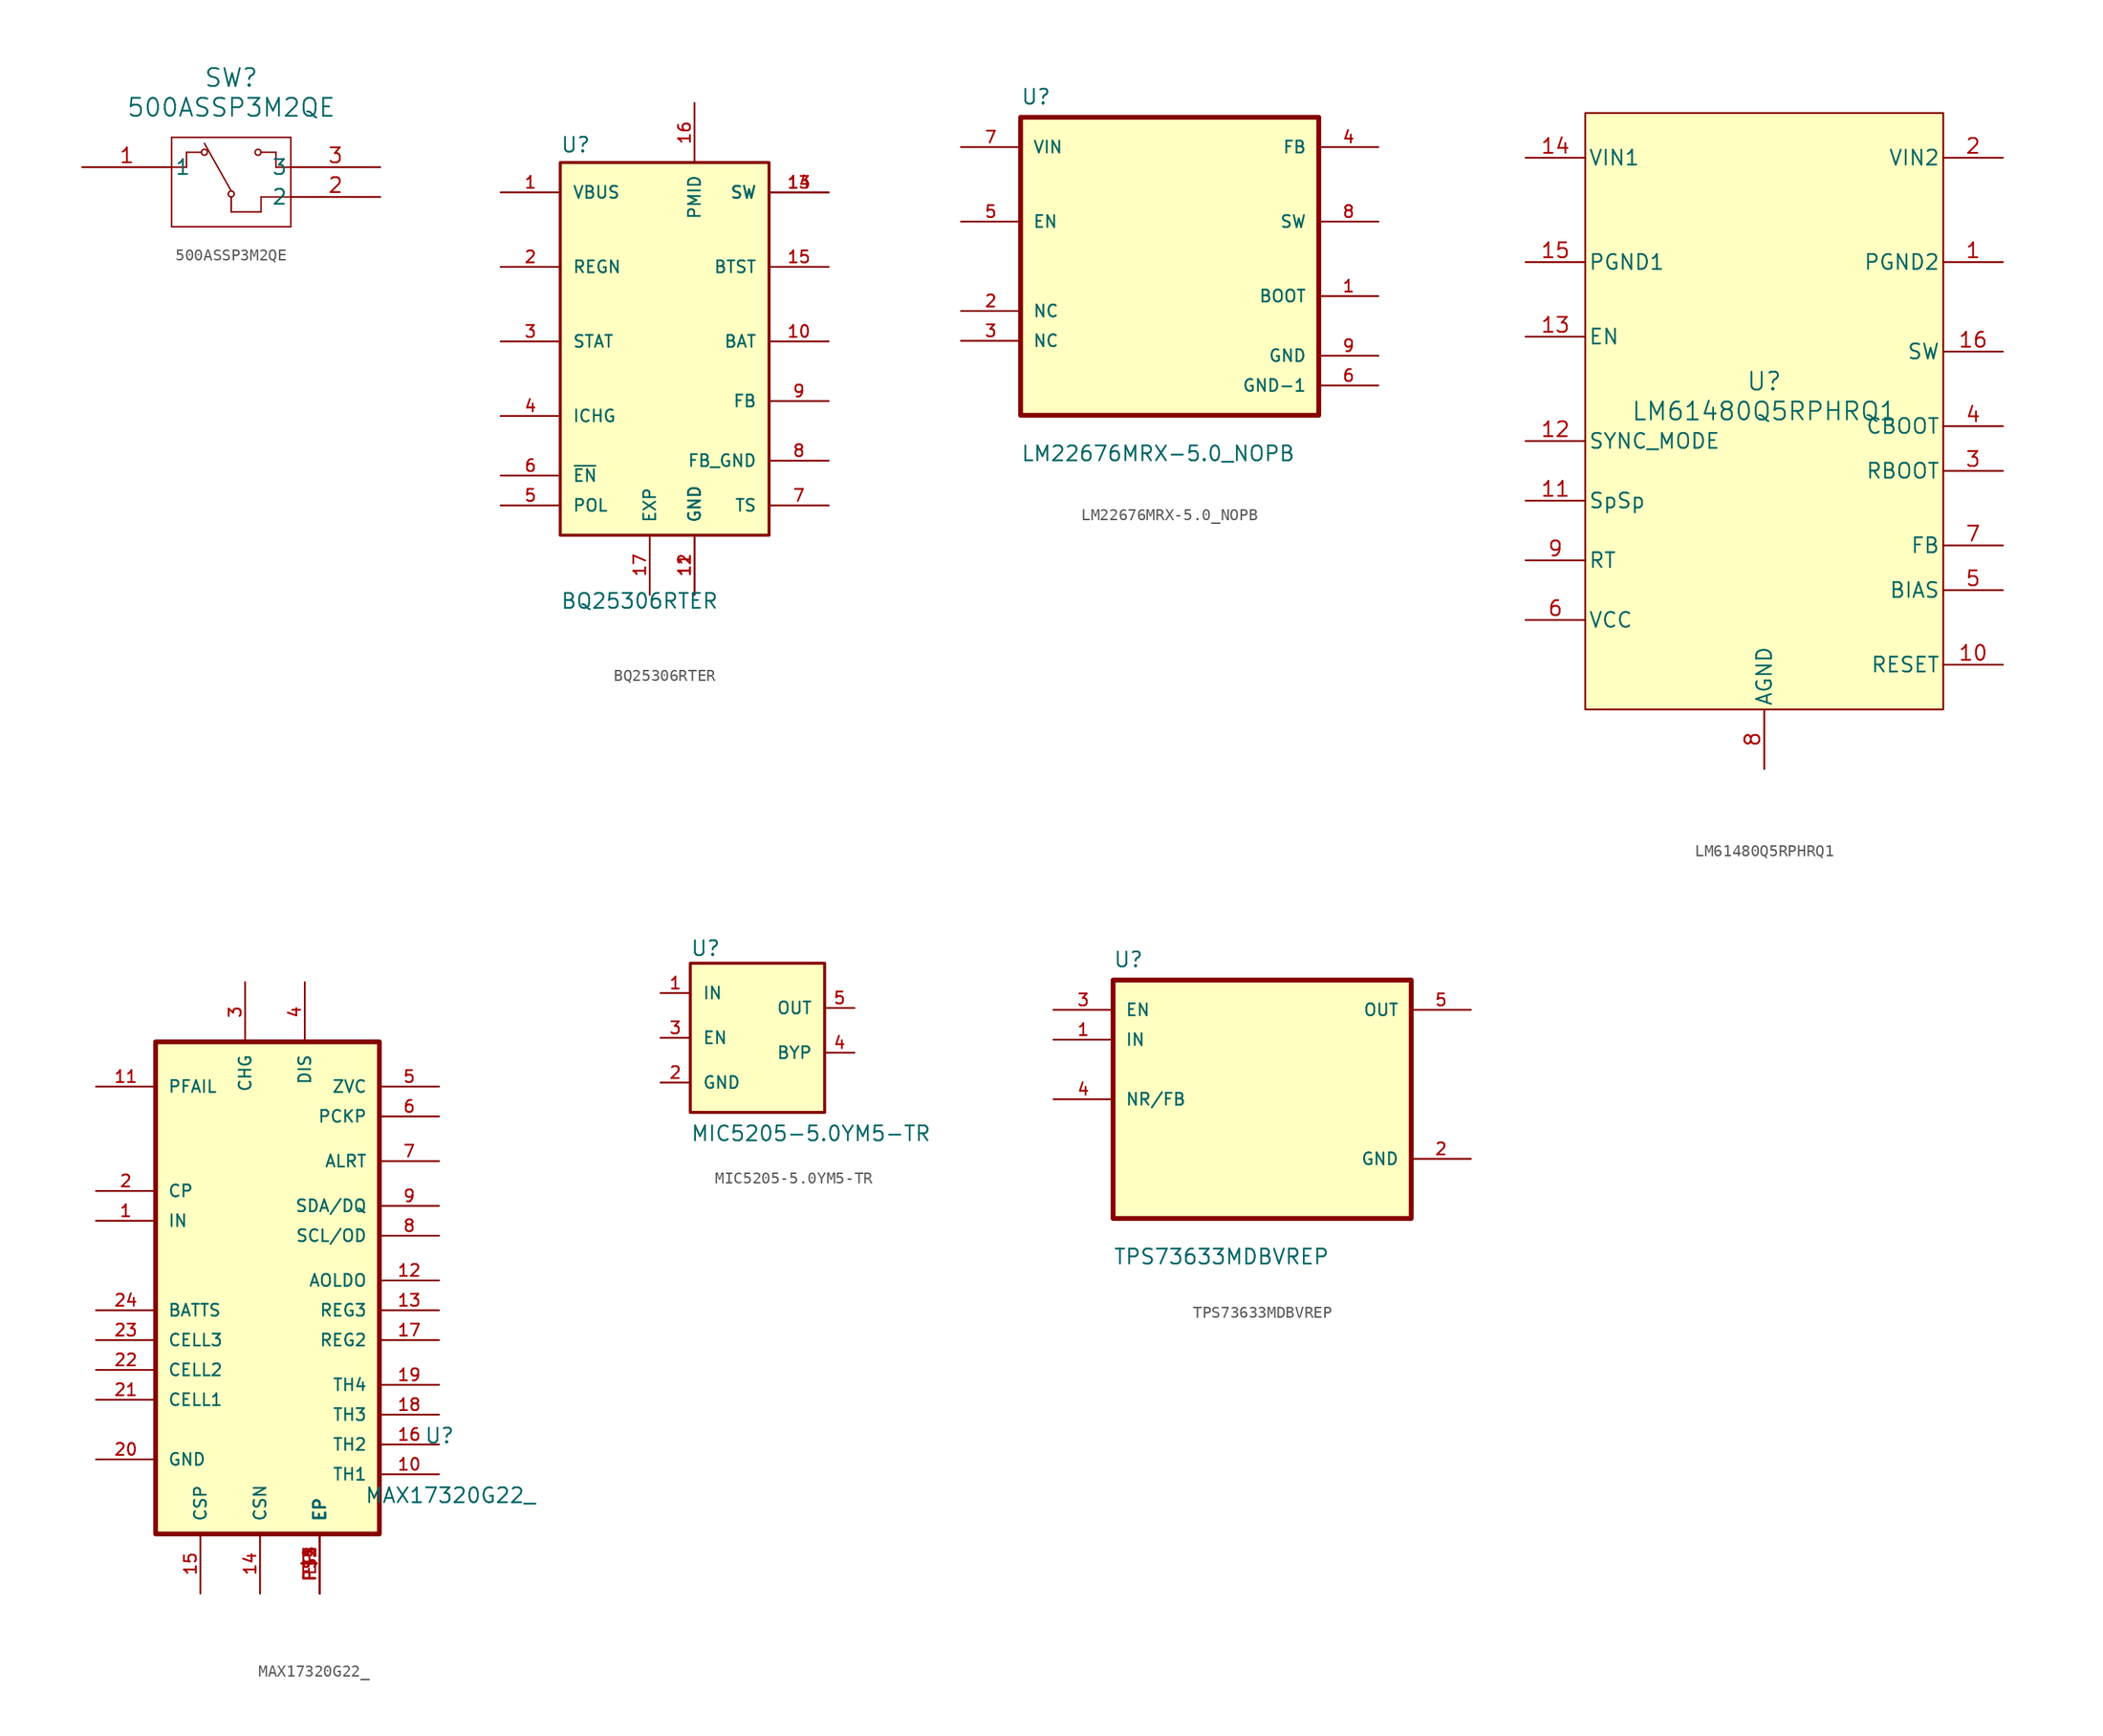
<source format=kicad_sym>
(kicad_symbol_lib
  (version 20220914)
  (generator kicad_symbol_editor)
  (symbol "500ASSP3M2QE"
    (pin_names
      (offset 0.254))
    (property "Reference" "SW"
      (at 12.7 7.62 0)
      (effects (font (size 1.524 1.524))))
    (property "Value" "500ASSP3M2QE"
      (at 12.7 5.08 0)
      (effects (font (size 1.524 1.524))))
    (property "ki_locked" ""
      (at 0 0 0)
      (effects (font (size 1.27 1.27))))
    (symbol "500ASSP3M2QE_0_1"
      (polyline (pts (xy 7.62 -5.08) (xy 17.78 -5.08)) (stroke (width 0.127) (type default)) (fill (type none)))
      (polyline (pts (xy 7.62 0) (xy 8.89 0)) (stroke (width 0.127) (type default)) (fill (type none)))
      (polyline (pts (xy 7.62 2.54) (xy 7.62 -5.08)) (stroke (width 0.127) (type default)) (fill (type none)))
      (polyline (pts (xy 8.89 0) (xy 8.89 1.27)) (stroke (width 0.127) (type default)) (fill (type none)))
      (polyline (pts (xy 8.89 1.27) (xy 10.16 1.27)) (stroke (width 0.127) (type default)) (fill (type none)))
      (polyline (pts (xy 12.7 -3.81) (xy 12.7 -2.54)) (stroke (width 0.127) (type default)) (fill (type none)))
      (polyline (pts (xy 12.7 -2.032) (xy 10.414 2.032)) (stroke (width 0.127) (type default)) (fill (type none)))
      (polyline (pts (xy 15.24 -3.81) (xy 12.7 -3.81)) (stroke (width 0.127) (type default)) (fill (type none)))
      (polyline (pts (xy 15.24 -2.54) (xy 15.24 -3.81)) (stroke (width 0.127) (type default)) (fill (type none)))
      (polyline (pts (xy 15.24 1.27) (xy 16.51 1.27)) (stroke (width 0.127) (type default)) (fill (type none)))
      (polyline (pts (xy 16.51 0) (xy 17.78 0)) (stroke (width 0.127) (type default)) (fill (type none)))
      (polyline (pts (xy 16.51 1.27) (xy 16.51 0)) (stroke (width 0.127) (type default)) (fill (type none)))
      (polyline (pts (xy 17.78 -5.08) (xy 17.78 2.54)) (stroke (width 0.127) (type default)) (fill (type none)))
      (polyline (pts (xy 17.78 -2.54) (xy 15.24 -2.54)) (stroke (width 0.127) (type default)) (fill (type none)))
      (polyline (pts (xy 17.78 2.54) (xy 7.62 2.54)) (stroke (width 0.127) (type default)) (fill (type none)))
      (circle (center 10.414 1.27) (radius 0.254) (stroke (width 0.127) (type default)) (fill (type none)))
      (circle (center 12.7 -2.286) (radius 0.254) (stroke (width 0.127) (type default)) (fill (type none)))
      (circle (center 14.986 1.27) (radius 0.254) (stroke (width 0.127) (type default)) (fill (type none)))
      (pin unspecified line (at 0 0 0) (length 7.62) (name "1" (effects (font (size 1.27 1.27)))) (number "1" (effects (font (size 1.27 1.27)))))
      (pin unspecified line (at 25.4 -2.54 180) (length 7.62) (name "2" (effects (font (size 1.27 1.27)))) (number "2" (effects (font (size 1.27 1.27)))))
      (pin unspecified line (at 25.4 0 180) (length 7.62) (name "3" (effects (font (size 1.27 1.27)))) (number "3" (effects (font (size 1.27 1.27)))))))
  (symbol "BQ25306RTER"
    (pin_names
      (offset 1.016))
    (property "Reference" "U"
      (at -10.16 18.542 0)
      (effects (font (size 1.27 1.27)) (justify left bottom)))
    (property "Value" "BQ25306RTER"
      (at -10.16 -20.32 0)
      (effects (font (size 1.27 1.27)) (justify left bottom)))
    (symbol "BQ25306RTER_0_0"
      (rectangle (start -10.16 17.78) (end 7.62 -13.97) (stroke (width 0.254) (type default)) (fill (type background)))
      (pin power_in line (at -15.24 15.24 0) (length 5.08) (name "VBUS" (effects (font (size 1.016 1.016)))) (number "1" (effects (font (size 1.016 1.016)))))
      (pin input line (at 12.7 2.54 180) (length 5.08) (name "BAT" (effects (font (size 1.016 1.016)))) (number "10" (effects (font (size 1.016 1.016)))))
      (pin power_in line (at 1.27 -19.05 90) (length 5.08) (name "GND" (effects (font (size 1.016 1.016)))) (number "11" (effects (font (size 1.016 1.016)))))
      (pin power_in line (at 1.27 -19.05 90) (length 5.08) (name "GND" (effects (font (size 1.016 1.016)))) (number "12" (effects (font (size 1.016 1.016)))))
      (pin output line (at 12.7 15.24 180) (length 5.08) (name "SW" (effects (font (size 1.016 1.016)))) (number "13" (effects (font (size 1.016 1.016)))))
      (pin output line (at 12.7 15.24 180) (length 5.08) (name "SW" (effects (font (size 1.016 1.016)))) (number "14" (effects (font (size 1.016 1.016)))))
      (pin output line (at 12.7 8.89 180) (length 5.08) (name "BTST" (effects (font (size 1.016 1.016)))) (number "15" (effects (font (size 1.016 1.016)))))
      (pin output line (at 1.27 22.86 270) (length 5.08) (name "PMID" (effects (font (size 1.016 1.016)))) (number "16" (effects (font (size 1.016 1.016)))))
      (pin power_in line (at -2.54 -19.05 90) (length 5.08) (name "EXP" (effects (font (size 1.016 1.016)))) (number "17" (effects (font (size 1.016 1.016)))))
      (pin output line (at -15.24 8.89 0) (length 5.08) (name "REGN" (effects (font (size 1.016 1.016)))) (number "2" (effects (font (size 1.016 1.016)))))
      (pin output line (at -15.24 2.54 0) (length 5.08) (name "STAT" (effects (font (size 1.016 1.016)))) (number "3" (effects (font (size 1.016 1.016)))))
      (pin input line (at -15.24 -3.81 0) (length 5.08) (name "ICHG" (effects (font (size 1.016 1.016)))) (number "4" (effects (font (size 1.016 1.016)))))
      (pin input line (at -15.24 -11.43 0) (length 5.08) (name "POL" (effects (font (size 1.016 1.016)))) (number "5" (effects (font (size 1.016 1.016)))))
      (pin input line (at -15.24 -8.89 0) (length 5.08) (name "~{EN}" (effects (font (size 1.016 1.016)))) (number "6" (effects (font (size 1.016 1.016)))))
      (pin input line (at 12.7 -11.43 180) (length 5.08) (name "TS" (effects (font (size 1.016 1.016)))) (number "7" (effects (font (size 1.016 1.016)))))
      (pin power_in line (at 12.7 -7.62 180) (length 5.08) (name "FB_GND" (effects (font (size 1.016 1.016)))) (number "8" (effects (font (size 1.016 1.016)))))
      (pin input line (at 12.7 -2.54 180) (length 5.08) (name "FB" (effects (font (size 1.016 1.016)))) (number "9" (effects (font (size 1.016 1.016)))))))
  (symbol "LM22676MRX-5.0_NOPB"
    (pin_names
      (offset 1.016))
    (property "Reference" "U"
      (at -12.7 13.7 0)
      (effects (font (size 1.27 1.27)) (justify left bottom)))
    (property "Value" "LM22676MRX-5.0_NOPB"
      (at -12.7 -16.7 0)
      (effects (font (size 1.27 1.27)) (justify left bottom)))
    (symbol "LM22676MRX-5.0_NOPB_0_0"
      (rectangle (start -12.7 12.7) (end 12.7 -12.7) (stroke (width 0.41) (type default)) (fill (type background)))
      (pin input line (at 17.78 -2.54 180) (length 5.08) (name "BOOT" (effects (font (size 1.016 1.016)))) (number "1" (effects (font (size 1.016 1.016)))))
      (pin input line (at 17.78 10.16 180) (length 5.08) (name "FB" (effects (font (size 1.016 1.016)))) (number "4" (effects (font (size 1.016 1.016)))))
      (pin input line (at -17.78 3.81 0) (length 5.08) (name "EN" (effects (font (size 1.016 1.016)))) (number "5" (effects (font (size 1.016 1.016)))))
      (pin power_in line (at 17.78 -10.16 180) (length 5.08) (name "GND-1" (effects (font (size 1.016 1.016)))) (number "6" (effects (font (size 1.016 1.016)))))
      (pin input line (at -17.78 10.16 0) (length 5.08) (name "VIN" (effects (font (size 1.016 1.016)))) (number "7" (effects (font (size 1.016 1.016)))))
      (pin power_in line (at 17.78 3.81 180) (length 5.08) (name "SW" (effects (font (size 1.016 1.016)))) (number "8" (effects (font (size 1.016 1.016)))))
      (pin power_in line (at 17.78 -7.62 180) (length 5.08) (name "GND" (effects (font (size 1.016 1.016)))) (number "9" (effects (font (size 1.016 1.016))))))
    (symbol "LM22676MRX-5.0_NOPB_1_0"
      (pin input line (at -17.78 -3.81 0) (length 5.08) (name "NC" (effects (font (size 1.016 1.016)))) (number "2" (effects (font (size 1.016 1.016)))))
      (pin input line (at -17.78 -6.35 0) (length 5.08) (name "NC" (effects (font (size 1.016 1.016)))) (number "3" (effects (font (size 1.016 1.016)))))))
  (symbol "LM61480Q5RPHRQ1"
    (pin_names
      (offset 0.254))
    (property "Reference" "U"
      (at 0 2.54 0)
      (effects (font (size 1.524 1.524))))
    (property "Value" "LM61480Q5RPHRQ1"
      (at 0 0 0)
      (effects (font (size 1.524 1.524))))
    (symbol "LM61480Q5RPHRQ1_0_1"
      (pin input line (at 20.32 -21.59 180) (length 5.08) (name "RESET" (effects (font (size 1.27 1.27)))) (number "10" (effects (font (size 1.27 1.27)))))
      (pin unspecified line (at -20.32 -7.62 0) (length 5.08) (name "SpSp" (effects (font (size 1.27 1.27)))) (number "11" (effects (font (size 1.27 1.27)))))
      (pin input line (at -20.32 -2.54 0) (length 5.08) (name "SYNC_MODE" (effects (font (size 1.27 1.27)))) (number "12" (effects (font (size 1.27 1.27)))))
      (pin input line (at -20.32 6.35 0) (length 5.08) (name "EN" (effects (font (size 1.27 1.27)))) (number "13" (effects (font (size 1.27 1.27)))))
      (pin power_in line (at 20.32 5.08 180) (length 5.08) (name "SW" (effects (font (size 1.27 1.27)))) (number "16" (effects (font (size 1.27 1.27)))))
      (pin unspecified line (at 20.32 -5.08 180) (length 5.08) (name "RBOOT" (effects (font (size 1.27 1.27)))) (number "3" (effects (font (size 1.27 1.27)))))
      (pin unspecified line (at 20.32 -1.27 180) (length 5.08) (name "CBOOT" (effects (font (size 1.27 1.27)))) (number "4" (effects (font (size 1.27 1.27)))))
      (pin unspecified line (at 20.32 -15.24 180) (length 5.08) (name "BIAS" (effects (font (size 1.27 1.27)))) (number "5" (effects (font (size 1.27 1.27)))))
      (pin power_in line (at -20.32 -17.78 0) (length 5.08) (name "VCC" (effects (font (size 1.27 1.27)))) (number "6" (effects (font (size 1.27 1.27)))))
      (pin input line (at 20.32 -11.43 180) (length 5.08) (name "FB" (effects (font (size 1.27 1.27)))) (number "7" (effects (font (size 1.27 1.27)))))
      (pin power_in line (at 0 -30.48 90) (length 5.08) (name "AGND" (effects (font (size 1.27 1.27)))) (number "8" (effects (font (size 1.27 1.27)))))
      (pin unspecified line (at -20.32 -12.7 0) (length 5.08) (name "RT" (effects (font (size 1.27 1.27)))) (number "9" (effects (font (size 1.27 1.27))))))
    (symbol "LM61480Q5RPHRQ1_1_1"
      (rectangle (start -15.24 25.4) (end 15.24 -25.4) (stroke (width 0) (type default)) (fill (type background)))
      (pin power_in line (at 20.32 12.7 180) (length 5.08) (name "PGND2" (effects (font (size 1.27 1.27)))) (number "1" (effects (font (size 1.27 1.27)))))
      (pin power_in line (at -20.32 21.59 0) (length 5.08) (name "VIN1" (effects (font (size 1.27 1.27)))) (number "14" (effects (font (size 1.27 1.27)))))
      (pin power_in line (at -20.32 12.7 0) (length 5.08) (name "PGND1" (effects (font (size 1.27 1.27)))) (number "15" (effects (font (size 1.27 1.27)))))
      (pin power_in line (at 20.32 21.59 180) (length 5.08) (name "VIN2" (effects (font (size 1.27 1.27)))) (number "2" (effects (font (size 1.27 1.27)))))))
  (symbol "MAX17320G22_"
    (pin_names
      (offset 1.016))
    (property "Reference" "U"
      (at -5.08 8.89 0)
      (effects (font (size 1.27 1.27)) (justify left bottom)))
    (property "Value" "MAX17320G22_"
      (at -10.16 3.81 0)
      (effects (font (size 1.27 1.27)) (justify left bottom)))
    (symbol "MAX17320G22__0_0"
      (rectangle (start -27.94 43.18) (end -8.89 1.27) (stroke (width 0.406) (type default)) (fill (type background)))
      (pin bidirectional line (at -33.02 27.94 0) (length 5.08) (name "IN" (effects (font (size 1.016 1.016)))) (number "1" (effects (font (size 1.016 1.016)))))
      (pin bidirectional line (at -3.81 6.35 180) (length 5.08) (name "TH1" (effects (font (size 1.016 1.016)))) (number "10" (effects (font (size 1.016 1.016)))))
      (pin bidirectional line (at -33.02 39.37 0) (length 5.08) (name "PFAIL" (effects (font (size 1.016 1.016)))) (number "11" (effects (font (size 1.016 1.016)))))
      (pin bidirectional line (at -3.81 22.86 180) (length 5.08) (name "AOLDO" (effects (font (size 1.016 1.016)))) (number "12" (effects (font (size 1.016 1.016)))))
      (pin bidirectional line (at -3.81 20.32 180) (length 5.08) (name "REG3" (effects (font (size 1.016 1.016)))) (number "13" (effects (font (size 1.016 1.016)))))
      (pin bidirectional line (at -19.05 -3.81 90) (length 5.08) (name "CSN" (effects (font (size 1.016 1.016)))) (number "14" (effects (font (size 1.016 1.016)))))
      (pin bidirectional line (at -24.13 -3.81 90) (length 5.08) (name "CSP" (effects (font (size 1.016 1.016)))) (number "15" (effects (font (size 1.016 1.016)))))
      (pin bidirectional line (at -3.81 8.89 180) (length 5.08) (name "TH2" (effects (font (size 1.016 1.016)))) (number "16" (effects (font (size 1.016 1.016)))))
      (pin bidirectional line (at -3.81 17.78 180) (length 5.08) (name "REG2" (effects (font (size 1.016 1.016)))) (number "17" (effects (font (size 1.016 1.016)))))
      (pin bidirectional line (at -3.81 11.43 180) (length 5.08) (name "TH3" (effects (font (size 1.016 1.016)))) (number "18" (effects (font (size 1.016 1.016)))))
      (pin bidirectional line (at -3.81 13.97 180) (length 5.08) (name "TH4" (effects (font (size 1.016 1.016)))) (number "19" (effects (font (size 1.016 1.016)))))
      (pin bidirectional line (at -33.02 30.48 0) (length 5.08) (name "CP" (effects (font (size 1.016 1.016)))) (number "2" (effects (font (size 1.016 1.016)))))
      (pin bidirectional line (at -33.02 7.62 0) (length 5.08) (name "GND" (effects (font (size 1.016 1.016)))) (number "20" (effects (font (size 1.016 1.016)))))
      (pin bidirectional line (at -33.02 12.7 0) (length 5.08) (name "CELL1" (effects (font (size 1.016 1.016)))) (number "21" (effects (font (size 1.016 1.016)))))
      (pin bidirectional line (at -33.02 15.24 0) (length 5.08) (name "CELL2" (effects (font (size 1.016 1.016)))) (number "22" (effects (font (size 1.016 1.016)))))
      (pin bidirectional line (at -33.02 17.78 0) (length 5.08) (name "CELL3" (effects (font (size 1.016 1.016)))) (number "23" (effects (font (size 1.016 1.016)))))
      (pin bidirectional line (at -33.02 20.32 0) (length 5.08) (name "BATTS" (effects (font (size 1.016 1.016)))) (number "24" (effects (font (size 1.016 1.016)))))
      (pin bidirectional line (at -20.32 48.26 270) (length 5.08) (name "CHG" (effects (font (size 1.016 1.016)))) (number "3" (effects (font (size 1.016 1.016)))))
      (pin bidirectional line (at -15.24 48.26 270) (length 5.08) (name "DIS" (effects (font (size 1.016 1.016)))) (number "4" (effects (font (size 1.016 1.016)))))
      (pin bidirectional line (at -3.81 39.37 180) (length 5.08) (name "ZVC" (effects (font (size 1.016 1.016)))) (number "5" (effects (font (size 1.016 1.016)))))
      (pin bidirectional line (at -3.81 36.83 180) (length 5.08) (name "PCKP" (effects (font (size 1.016 1.016)))) (number "6" (effects (font (size 1.016 1.016)))))
      (pin bidirectional line (at -3.81 33.02 180) (length 5.08) (name "ALRT" (effects (font (size 1.016 1.016)))) (number "7" (effects (font (size 1.016 1.016)))))
      (pin bidirectional line (at -3.81 26.67 180) (length 5.08) (name "SCL/OD" (effects (font (size 1.016 1.016)))) (number "8" (effects (font (size 1.016 1.016)))))
      (pin bidirectional line (at -3.81 29.21 180) (length 5.08) (name "SDA/DQ" (effects (font (size 1.016 1.016)))) (number "9" (effects (font (size 1.016 1.016)))))
      (pin bidirectional line (at -13.97 -3.81 90) (length 5.08) (name "EP" (effects (font (size 1.016 1.016)))) (number "EP" (effects (font (size 1.016 1.016)))))
      (pin bidirectional line (at -13.97 -3.81 90) (length 5.08) (name "EP" (effects (font (size 1.016 1.016)))) (number "P$1" (effects (font (size 1.016 1.016)))))
      (pin bidirectional line (at -13.97 -3.81 90) (length 5.08) (name "EP" (effects (font (size 1.016 1.016)))) (number "P$2" (effects (font (size 1.016 1.016)))))
      (pin bidirectional line (at -13.97 -3.81 90) (length 5.08) (name "EP" (effects (font (size 1.016 1.016)))) (number "P$3" (effects (font (size 1.016 1.016)))))
      (pin bidirectional line (at -13.97 -3.81 90) (length 5.08) (name "EP" (effects (font (size 1.016 1.016)))) (number "P$4" (effects (font (size 1.016 1.016)))))
      (pin bidirectional line (at -13.97 -3.81 90) (length 5.08) (name "EP" (effects (font (size 1.016 1.016)))) (number "P$5" (effects (font (size 1.016 1.016)))))))
  (symbol "MIC5205-5.0YM5-TR"
    (pin_names
      (offset 1.016))
    (property "Reference" "U"
      (at -7.632 8.14 0)
      (effects (font (size 1.27 1.27)) (justify left bottom)))
    (property "Value" "MIC5205-5.0YM5-TR"
      (at -7.62 -7.62 0)
      (effects (font (size 1.27 1.27)) (justify left bottom)))
    (symbol "MIC5205-5.0YM5-TR_0_0"
      (rectangle (start -7.62 7.62) (end 3.81 -5.08) (stroke (width 0.254) (type default)) (fill (type background)))
      (pin power_in line (at -10.16 5.08 0) (length 2.54) (name "IN" (effects (font (size 1.016 1.016)))) (number "1" (effects (font (size 1.016 1.016)))))
      (pin power_in line (at -10.16 -2.54 0) (length 2.54) (name "GND" (effects (font (size 1.016 1.016)))) (number "2" (effects (font (size 1.016 1.016)))))
      (pin input line (at -10.16 1.27 0) (length 2.54) (name "EN" (effects (font (size 1.016 1.016)))) (number "3" (effects (font (size 1.016 1.016)))))
      (pin passive line (at 6.35 0 180) (length 2.54) (name "BYP" (effects (font (size 1.016 1.016)))) (number "4" (effects (font (size 1.016 1.016)))))
      (pin output line (at 6.35 3.81 180) (length 2.54) (name "OUT" (effects (font (size 1.016 1.016)))) (number "5" (effects (font (size 1.016 1.016)))))))
  (symbol "TPS73633MDBVREP"
    (pin_names
      (offset 1.016))
    (property "Reference" "U"
      (at -12.7 11.16 0)
      (effects (font (size 1.27 1.27)) (justify left bottom)))
    (property "Value" "TPS73633MDBVREP"
      (at -12.7 -14.16 0)
      (effects (font (size 1.27 1.27)) (justify left bottom)))
    (symbol "TPS73633MDBVREP_0_0"
      (rectangle (start -12.7 -10.16) (end 12.7 10.16) (stroke (width 0.41) (type default)) (fill (type background)))
      (pin input line (at -17.78 5.08 0) (length 5.08) (name "IN" (effects (font (size 1.016 1.016)))) (number "1" (effects (font (size 1.016 1.016)))))
      (pin power_in line (at 17.78 -5.08 180) (length 5.08) (name "GND" (effects (font (size 1.016 1.016)))) (number "2" (effects (font (size 1.016 1.016)))))
      (pin input line (at -17.78 7.62 0) (length 5.08) (name "EN" (effects (font (size 1.016 1.016)))) (number "3" (effects (font (size 1.016 1.016)))))
      (pin bidirectional line (at -17.78 0 0) (length 5.08) (name "NR/FB" (effects (font (size 1.016 1.016)))) (number "4" (effects (font (size 1.016 1.016)))))
      (pin output line (at 17.78 7.62 180) (length 5.08) (name "OUT" (effects (font (size 1.016 1.016)))) (number "5" (effects (font (size 1.016 1.016))))))))
</source>
